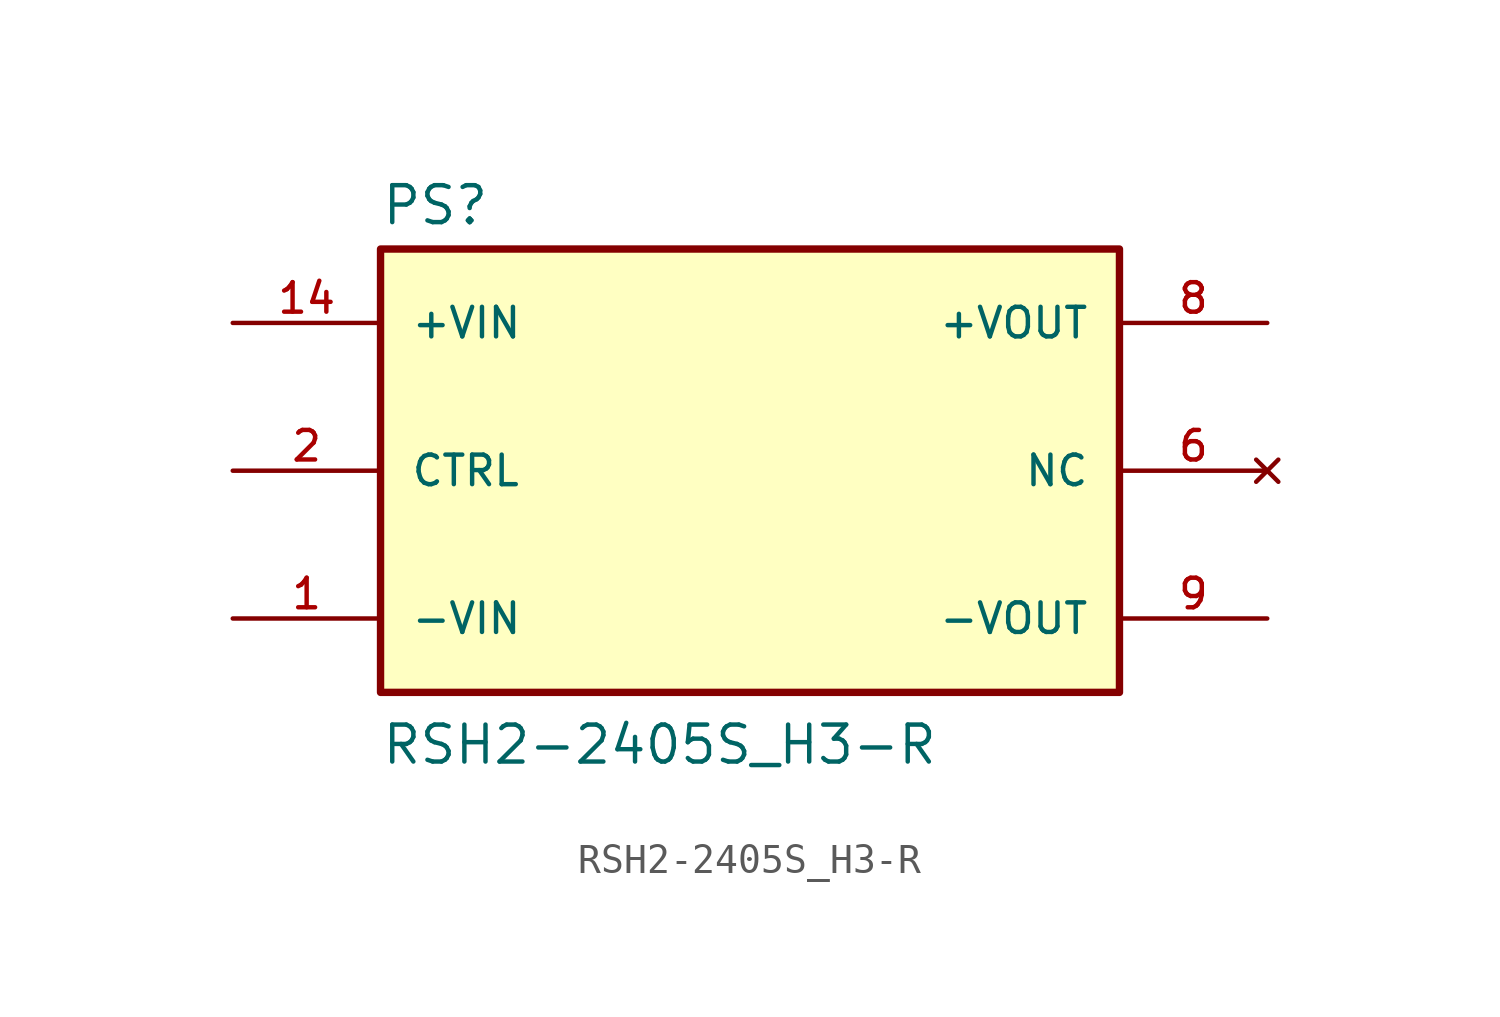
<source format=kicad_sym>
(kicad_symbol_lib
  (version 20211014)
  (generator kicad_symbol_editor)
  (symbol "RSH2-2405S_H3-R"
    (pin_names
      (offset 1.016))
    (property "Reference" "PS"
      (at -12.7 8.382 0)
      (effects (font (size 1.27 1.27)) (justify bottom left)))
    (property "Value" "RSH2-2405S_H3-R"
      (at -12.7 -10.16 0)
      (effects (font (size 1.27 1.27)) (justify bottom left)))
    (symbol "RSH2-2405S_H3-R_0_0"
      (rectangle (start -12.7 -7.62) (end 12.7 7.62) (stroke (width 0.254)) (fill (type background)))
      (pin input line (at -17.78 -5.08 0) (length 5.08) (name "-VIN" (effects (font (size 1.016 1.016)))) (number "1" (effects (font (size 1.016 1.016)))))
      (pin input line (at -17.78 5.08 0) (length 5.08) (name "+VIN" (effects (font (size 1.016 1.016)))) (number "14" (effects (font (size 1.016 1.016)))))
      (pin output line (at 17.78 -5.08 180.0) (length 5.08) (name "-VOUT" (effects (font (size 1.016 1.016)))) (number "9" (effects (font (size 1.016 1.016)))))
      (pin output line (at 17.78 5.08 180.0) (length 5.08) (name "+VOUT" (effects (font (size 1.016 1.016)))) (number "8" (effects (font (size 1.016 1.016)))))
      (pin no_connect line (at 17.78 0.0 180.0) (length 5.08) (name "NC" (effects (font (size 1.016 1.016)))) (number "6" (effects (font (size 1.016 1.016)))))
      (pin no_connect line (at 17.78 0.0 180.0) (length 5.08) hide (name "NC" (effects (font (size 1.016 1.016)))) (number "7" (effects (font (size 1.016 1.016)))))
      (pin input line (at -17.78 0.0 0) (length 5.08) (name "CTRL" (effects (font (size 1.016 1.016)))) (number "2" (effects (font (size 1.016 1.016))))))))
</source>
